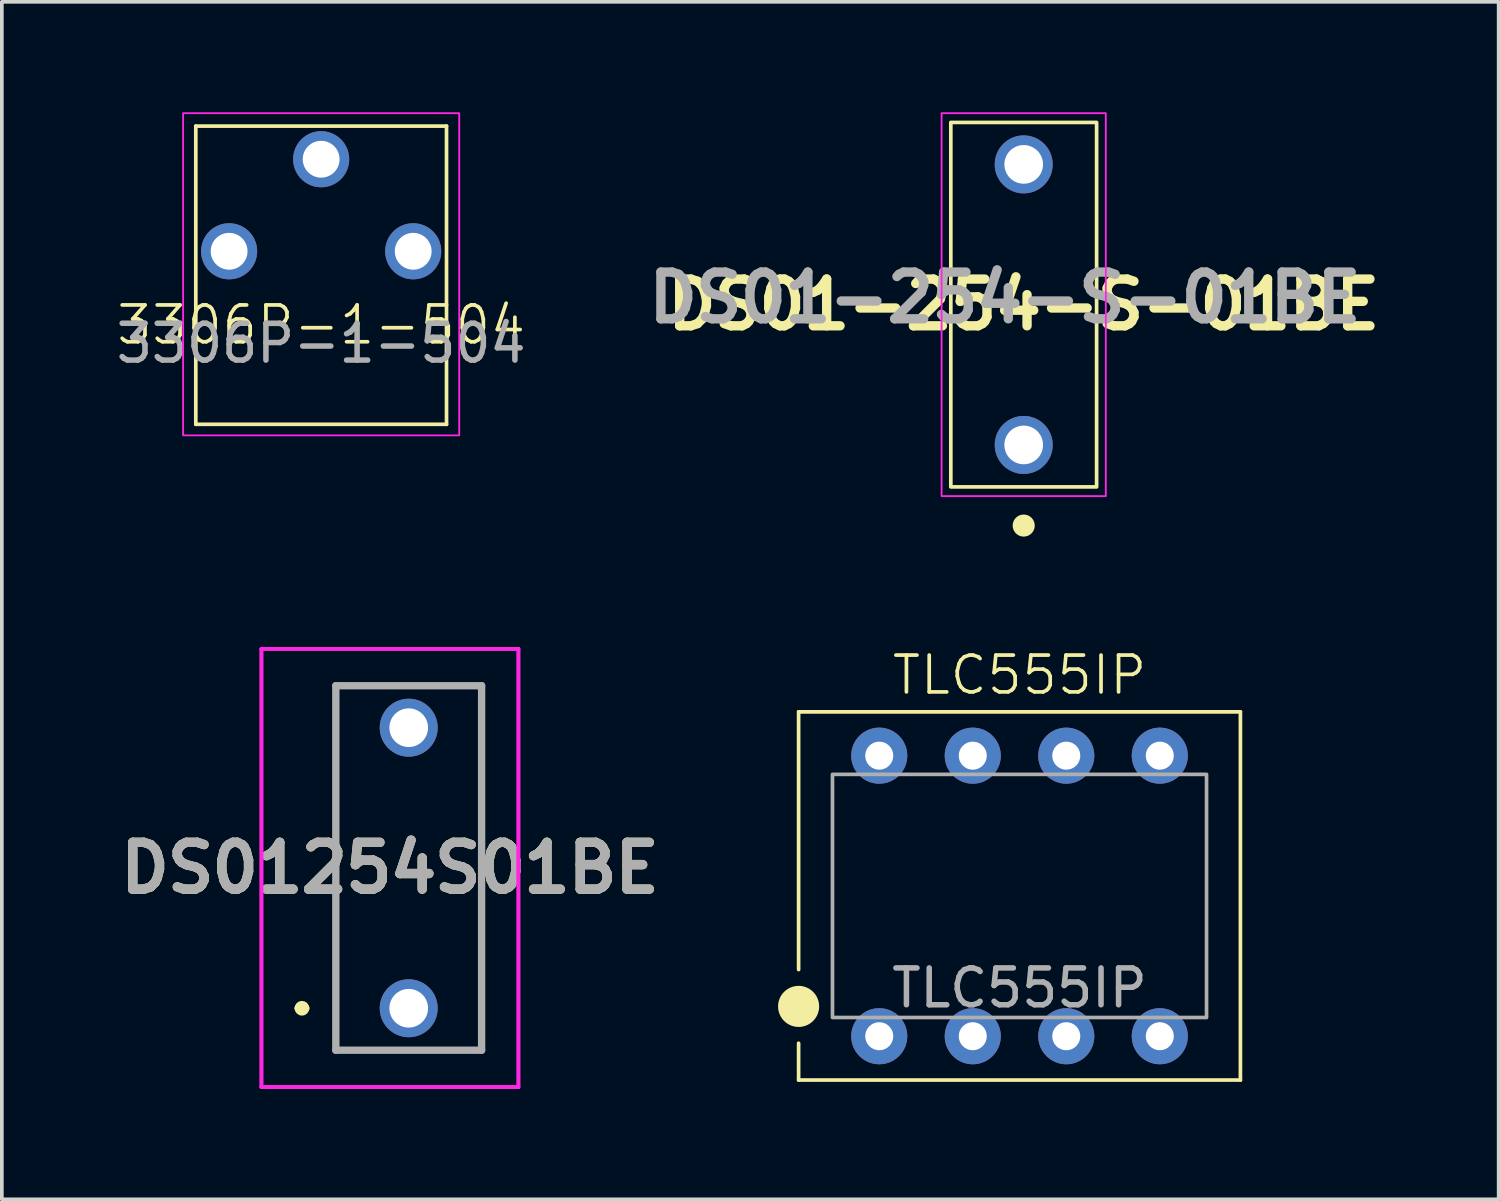
<source format=kicad_pcb>
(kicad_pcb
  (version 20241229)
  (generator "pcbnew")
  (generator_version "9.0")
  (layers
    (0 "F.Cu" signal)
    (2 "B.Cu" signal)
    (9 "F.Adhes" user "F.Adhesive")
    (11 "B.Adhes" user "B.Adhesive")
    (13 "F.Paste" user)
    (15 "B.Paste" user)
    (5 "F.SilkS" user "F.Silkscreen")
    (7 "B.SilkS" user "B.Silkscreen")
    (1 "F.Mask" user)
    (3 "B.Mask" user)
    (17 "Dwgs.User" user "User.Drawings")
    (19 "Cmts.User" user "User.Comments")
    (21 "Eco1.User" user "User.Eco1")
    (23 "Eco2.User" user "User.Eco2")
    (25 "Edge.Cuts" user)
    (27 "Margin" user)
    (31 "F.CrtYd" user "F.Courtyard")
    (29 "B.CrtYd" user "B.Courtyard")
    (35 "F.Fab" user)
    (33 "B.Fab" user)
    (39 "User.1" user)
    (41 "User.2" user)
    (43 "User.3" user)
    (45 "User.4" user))
  (footprint "3306P-1-504"
    (layer "F.Cu")
    (at 5.673 3.775)
    (property "Reference" "3306P-1-504" (at 0 2 0) (unlocked yes) (layer "F.SilkS") (effects (font (size 1 1) (thickness 0.1))))
    (attr through_hole)
    (fp_line (start -3.405 -3.4) (end -3.405 4.7) (stroke (width 0.1) (type default)) (layer "F.SilkS"))
    (fp_line (start -3.405 -3.4) (end 3.405 -3.4) (stroke (width 0.1) (type default)) (layer "F.SilkS"))
    (fp_line (start -3.405 4.7) (end 3.405 4.7) (stroke (width 0.1) (type default)) (layer "F.SilkS"))
    (fp_line (start 3.405 -3.4) (end 3.405 4.7) (stroke (width 0.1) (type default)) (layer "F.SilkS"))
    (fp_rect (start -3.75 -3.75) (end 3.75 5) (stroke (width 0.05) (type default)) (fill no) (layer "F.CrtYd"))
    (fp_text user "${REFERENCE}" (at 0 2.5 0) (unlocked yes) (layer "F.Fab") (effects (font (size 1 1) (thickness 0.15))))
    (pad "1" thru_hole circle (at -2.5 0) (size 1.524 1.524) (drill 1) (layers "*.Cu" "*.Mask"))
    (pad "2" thru_hole circle (at 0 -2.5) (size 1.524 1.524) (drill 1) (layers "*.Cu" "*.Mask"))
    (pad "3" thru_hole circle (at 2.5 0) (size 1.524 1.524) (drill 1) (layers "*.Cu" "*.Mask")))
  (footprint "DS01254S01BE"
    (layer "F.Cu")
    (at 8.051 24.335)
    (property "Reference" "DS01254S01BE" (at -0.51 -3.81 0) (layer "F.SilkS") (effects (font (size 1.27 1.27) (thickness 0.254))))
    (attr through_hole)
    (fp_line (start -3 0) (end -3 0) (stroke (width 0.2) (type solid)) (layer "F.SilkS"))
    (fp_line (start -2.8 0) (end -2.8 0) (stroke (width 0.2) (type solid)) (layer "F.SilkS"))
    (fp_line (start -1.98 -8.76) (end 1.98 -8.76) (stroke (width 0.1) (type solid)) (layer "F.SilkS"))
    (fp_line (start -1.98 1.14) (end -1.98 -8.76) (stroke (width 0.1) (type solid)) (layer "F.SilkS"))
    (fp_line (start 1.98 -8.76) (end 1.98 1.14) (stroke (width 0.1) (type solid)) (layer "F.SilkS"))
    (fp_line (start 1.98 1.14) (end -1.98 1.14) (stroke (width 0.1) (type solid)) (layer "F.SilkS"))
    (fp_arc (start -3 0) (mid -2.9 -0.1) (end -2.8 0) (stroke (width 0.2) (type solid)) (layer "F.SilkS"))
    (fp_arc (start -2.8 0) (mid -2.9 0.1) (end -3 0) (stroke (width 0.2) (type solid)) (layer "F.SilkS"))
    (fp_line (start -4 -9.76) (end 2.98 -9.76) (stroke (width 0.1) (type solid)) (layer "F.CrtYd"))
    (fp_line (start -4 -9.76) (end 2.98 -9.76) (stroke (width 0.1) (type solid)) (layer "F.CrtYd"))
    (fp_line (start -4 2.14) (end -4 -9.76) (stroke (width 0.1) (type solid)) (layer "F.CrtYd"))
    (fp_line (start -4 2.14) (end -4 -9.76) (stroke (width 0.1) (type solid)) (layer "F.CrtYd"))
    (fp_line (start 2.98 -9.76) (end 2.98 2.14) (stroke (width 0.1) (type solid)) (layer "F.CrtYd"))
    (fp_line (start 2.98 -9.76) (end 2.98 2.14) (stroke (width 0.1) (type solid)) (layer "F.CrtYd"))
    (fp_line (start 2.98 2.14) (end -4 2.14) (stroke (width 0.1) (type solid)) (layer "F.CrtYd"))
    (fp_line (start 2.98 2.14) (end -4 2.14) (stroke (width 0.1) (type solid)) (layer "F.CrtYd"))
    (fp_line (start -1.98 -8.76) (end 1.98 -8.76) (stroke (width 0.2) (type solid)) (layer "F.Fab"))
    (fp_line (start -1.98 1.14) (end -1.98 -8.76) (stroke (width 0.2) (type solid)) (layer "F.Fab"))
    (fp_line (start 1.98 -8.76) (end 1.98 1.14) (stroke (width 0.2) (type solid)) (layer "F.Fab"))
    (fp_line (start 1.98 1.14) (end -1.98 1.14) (stroke (width 0.2) (type solid)) (layer "F.Fab"))
    (fp_text user "${REFERENCE}" (at -0.51 -3.81 0) (layer "F.Fab") (effects (font (size 1.27 1.27) (thickness 0.254))))
    (pad "1" thru_hole circle (at 0 0) (size 1.575 1.575) (drill 1.05) (layers "*.Cu" "*.Mask"))
    (pad "2" thru_hole circle (at 0 -7.62) (size 1.575 1.575) (drill 1.05) (layers "*.Cu" "*.Mask")))
  (footprint "DS01-254-S-01BE"
    (layer "F.Cu")
    (at 24.755 5.225)
    (property "Reference" "DS01-254-S-01BE" (at 0 0 0) (layer "F.SilkS") (effects (font (size 1.27 1.27) (thickness 0.254))))
    (attr through_hole)
    (fp_rect (start -1.98 -4.95) (end 1.98 4.95) (stroke (width 0.1) (type default)) (fill no) (layer "F.SilkS"))
    (fp_circle (center 0 6) (end 0.25 6) (stroke (width 0.1) (type solid)) (fill yes) (layer "F.SilkS"))
    (fp_rect (start -2.23 -5.2) (end 2.23 5.2) (stroke (width 0.05) (type default)) (fill no) (layer "F.CrtYd"))
    (fp_text user "${REFERENCE}" (at -0.51 -0.19 0) (layer "F.Fab") (effects (font (size 1.27 1.27) (thickness 0.254))))
    (pad "1" thru_hole circle (at 0 3.81) (size 1.575 1.575) (drill 1.05) (layers "*.Cu" "*.Mask"))
    (pad "2" thru_hole circle (at 0 -3.81) (size 1.575 1.575) (drill 1.05) (layers "*.Cu" "*.Mask")))
  (footprint "TLC555IP"
    (layer "F.Cu")
    (at 24.641 21.285)
    (property "Reference" "TLC555IP" (at 0 -6 0) (unlocked yes) (layer "F.SilkS") (effects (font (size 1 1) (thickness 0.1))))
    (attr through_hole)
    (fp_line (start -6 -5) (end 6 -5) (stroke (width 0.1) (type default)) (layer "F.SilkS"))
    (fp_line (start -6 2) (end -6 -5) (stroke (width 0.1) (type default)) (layer "F.SilkS"))
    (fp_line (start -6 5) (end -6 4) (stroke (width 0.1) (type default)) (layer "F.SilkS"))
    (fp_line (start 6 -5) (end 6 5) (stroke (width 0.1) (type default)) (layer "F.SilkS"))
    (fp_line (start 6 5) (end -6 5) (stroke (width 0.1) (type default)) (layer "F.SilkS"))
    (fp_circle (center -6 3) (end -5.492 3) (stroke (width 0.1) (type solid)) (fill yes) (layer "F.SilkS"))
    (fp_rect (start -5.08 3.302) (end 5.08 -3.302) (stroke (width 0.1) (type default)) (fill no) (layer "F.Fab"))
    (fp_text user "${REFERENCE}" (at 0 2.5 0) (unlocked yes) (layer "F.Fab") (effects (font (size 1 1) (thickness 0.15))))
    (pad "1" thru_hole circle (at -3.81 3.81) (size 1.524 1.524) (drill 0.762) (layers "*.Cu" "*.Mask"))
    (pad "2" thru_hole circle (at -1.27 3.81) (size 1.524 1.524) (drill 0.762) (layers "*.Cu" "*.Mask"))
    (pad "3" thru_hole circle (at 1.27 3.81) (size 1.524 1.524) (drill 0.762) (layers "*.Cu" "*.Mask"))
    (pad "4" thru_hole circle (at 3.81 3.81) (size 1.524 1.524) (drill 0.762) (layers "*.Cu" "*.Mask"))
    (pad "5" thru_hole circle (at 3.81 -3.81) (size 1.524 1.524) (drill 0.762) (layers "*.Cu" "*.Mask"))
    (pad "6" thru_hole circle (at 1.27 -3.81) (size 1.524 1.524) (drill 0.762) (layers "*.Cu" "*.Mask"))
    (pad "7" thru_hole circle (at -1.27 -3.81) (size 1.524 1.524) (drill 0.762) (layers "*.Cu" "*.Mask"))
    (pad "8" thru_hole circle (at -3.81 -3.81) (size 1.524 1.524) (drill 0.762) (layers "*.Cu" "*.Mask")))
  (gr_rect
    (start -3 -3)
    (end 37.655 29.525)
    (stroke (width 0.1) (type default))
    (fill no)
    (layer "Edge.Cuts")))
</source>
